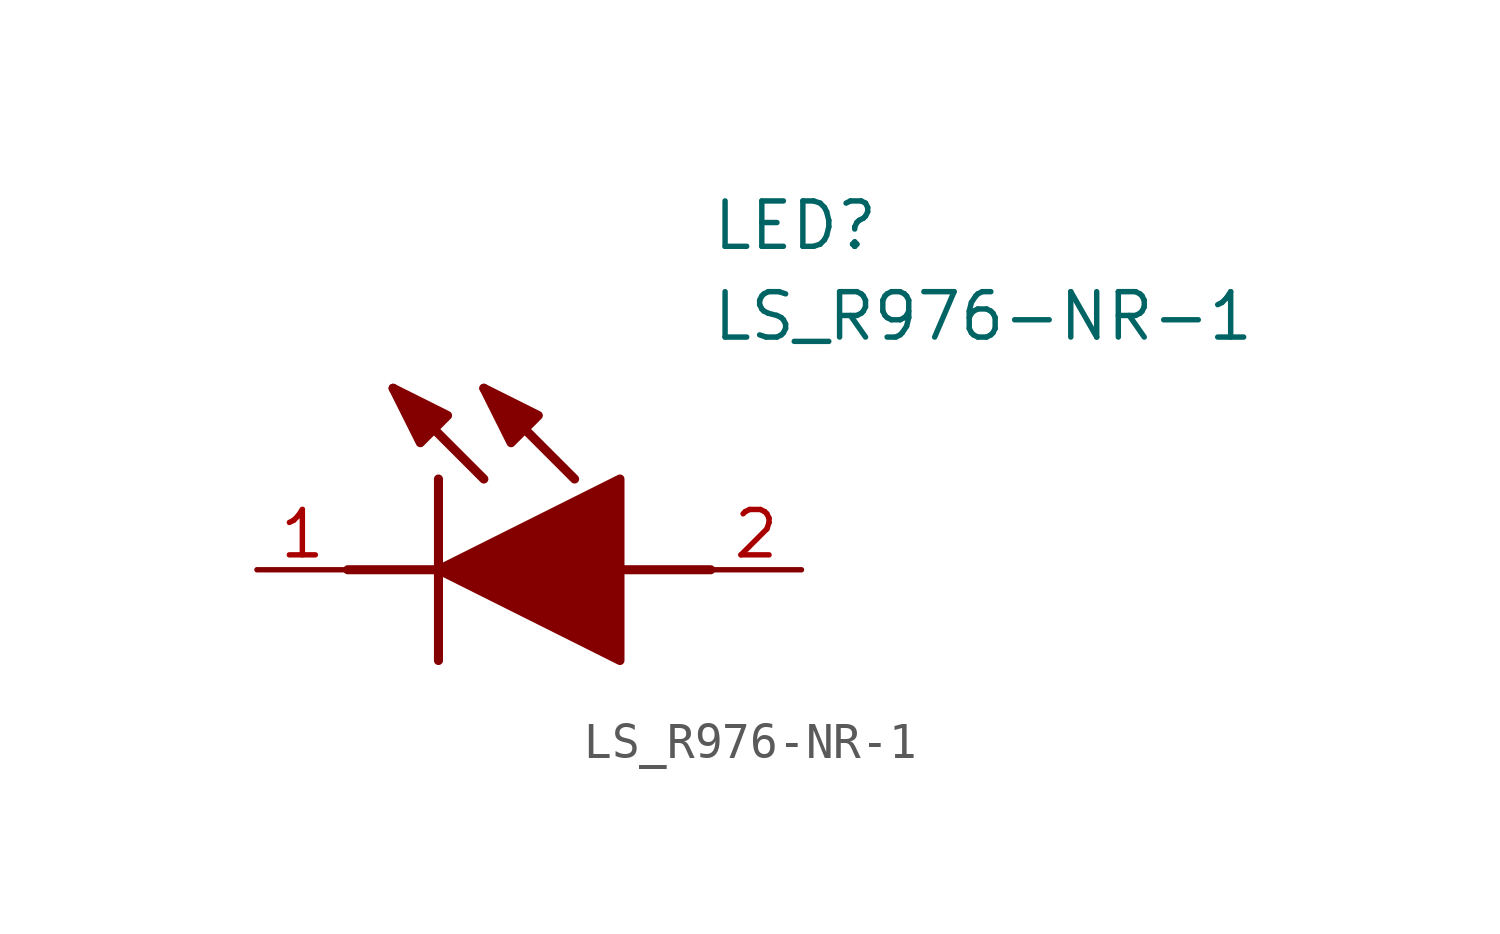
<source format=kicad_sym>
(kicad_symbol_lib
  (version 20211014)
  (generator SamacSys_ECAD_Model)
  (symbol "LS_R976-NR-1"
    (pin_names hide)
    (property "Reference" "LED"
      (at 12.7 8.89 0)
      (effects (font (size 1.27 1.27)) (justify left bottom)))
    (property "Value" "LS_R976-NR-1"
      (at 12.7 6.35 0)
      (effects (font (size 1.27 1.27)) (justify left bottom)))
    (polyline
      (pts (xy 5.08 2.54) (xy 5.08 -2.54))
      (stroke (width 0.254) (type default))
      (fill (type none)))
    (polyline
      (pts (xy 6.35 2.54) (xy 3.81 5.08))
      (stroke (width 0.254) (type default))
      (fill (type none)))
    (polyline
      (pts (xy 8.89 2.54) (xy 6.35 5.08))
      (stroke (width 0.254) (type default))
      (fill (type none)))
    (polyline
      (pts (xy 2.54 0) (xy 5.08 0))
      (stroke (width 0.254) (type default))
      (fill (type none)))
    (polyline
      (pts (xy 10.16 0) (xy 12.7 0))
      (stroke (width 0.254) (type default))
      (fill (type none)))
    (polyline
      (pts (xy 5.08 0) (xy 10.16 2.54) (xy 10.16 -2.54) (xy 5.08 0))
      (stroke (width 0.254) (type default))
      (fill (type outline)))
    (polyline
      (pts (xy 5.334 4.318) (xy 4.572 3.556) (xy 3.81 5.08) (xy 5.334 4.318))
      (stroke (width 0.254) (type default))
      (fill (type outline)))
    (polyline
      (pts (xy 7.874 4.318) (xy 7.112 3.556) (xy 6.35 5.08) (xy 7.874 4.318))
      (stroke (width 0.254) (type default))
      (fill (type outline)))
    (pin passive line
      (at 0 0 0)
      (length 2.54)
      (name "K" (effects (font (size 1.27 1.27))))
      (number "1" (effects (font (size 1.27 1.27)))))
    (pin passive line
      (at 15.24 0 180)
      (length 2.54)
      (name "A" (effects (font (size 1.27 1.27))))
      (number "2" (effects (font (size 1.27 1.27)))))))
</source>
